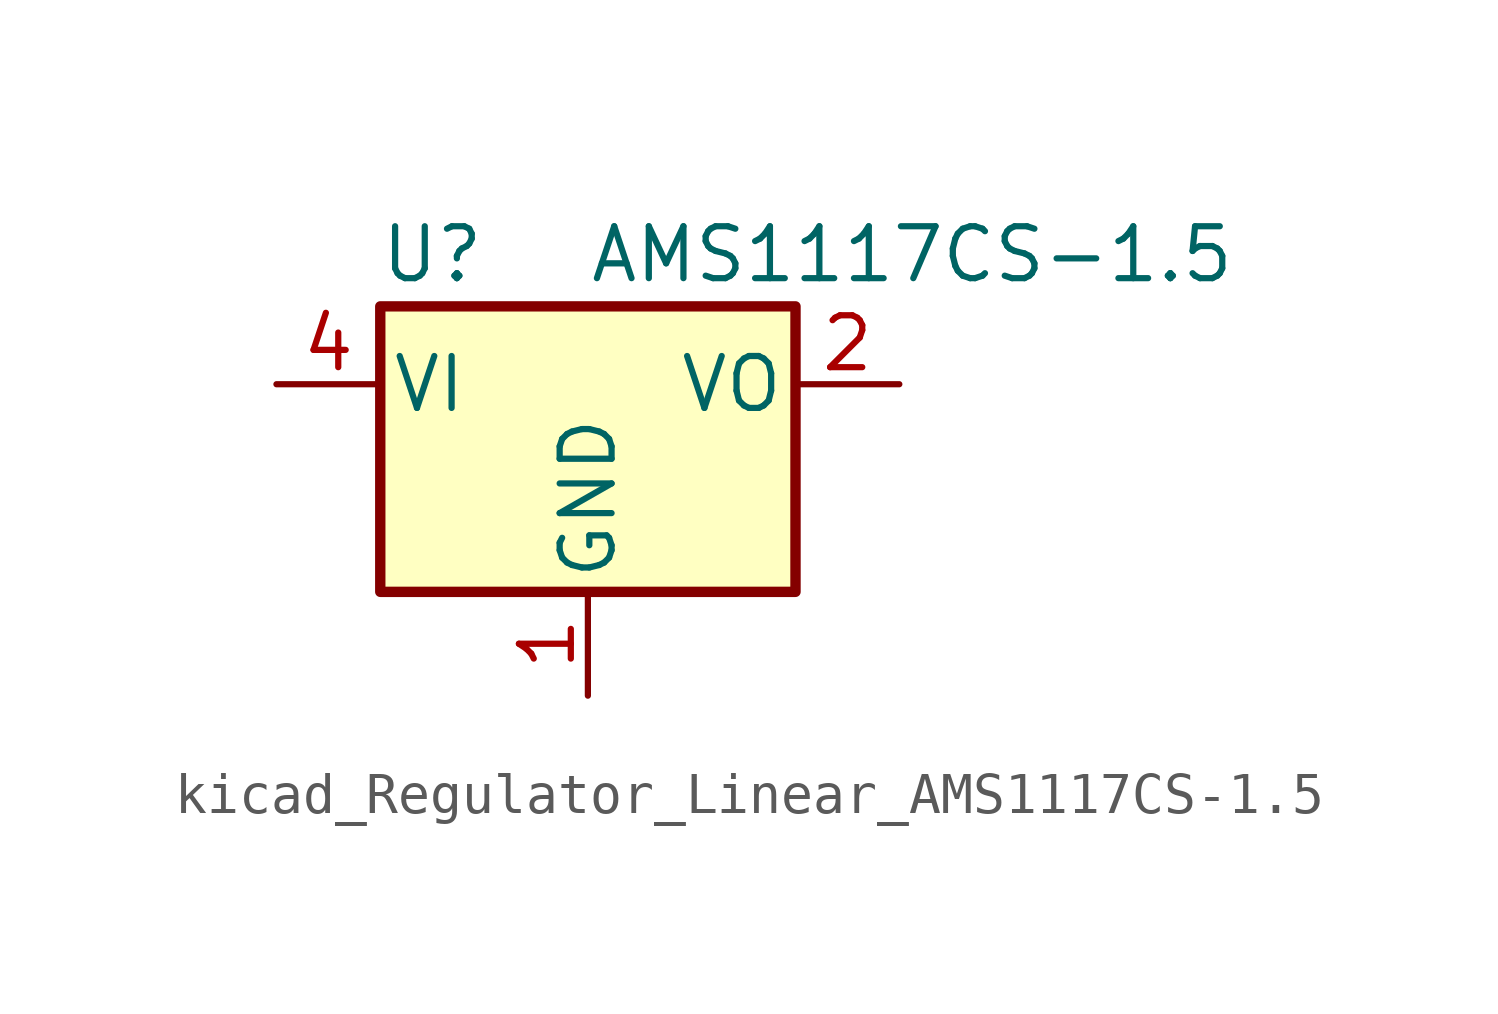
<source format=kicad_sym>
(kicad_symbol_lib
  (version 20220914)
  (generator kicad_symbol_editor)
  (symbol "kicad_Regulator_Linear_AMS1117CS-1.5"
    (pin_names
      (offset 0.254))
    (property "Reference" "U"
      (at -3.81 3.175 0)
      (effects (font (size 1.27 1.27))))
    (property "Value" "AMS1117CS-1.5"
      (at 0 3.175 0)
      (effects (font (size 1.27 1.27)) (justify left)))
    (symbol "kicad_Regulator_Linear_AMS1117CS-1.5_0_1"
      (rectangle (start -5.08 -5.08) (end 5.08 1.905) (stroke (width 0.254) (type default)) (fill (type background))))
    (symbol "kicad_Regulator_Linear_AMS1117CS-1.5_1_1"
      (pin power_in line (at 0 -7.62 90) (length 2.54) (name "GND" (effects (font (size 1.27 1.27)))) (number "1" (effects (font (size 1.27 1.27)))))
      (pin power_out line (at 7.62 0 180) (length 2.54) (name "VO" (effects (font (size 1.27 1.27)))) (number "2" (effects (font (size 1.27 1.27)))))
      (pin passive line (at 7.62 0 180) (length 2.54) hide (name "VO" (effects (font (size 1.27 1.27)))) (number "3" (effects (font (size 1.27 1.27)))))
      (pin power_in line (at -7.62 0 0) (length 2.54) (name "VI" (effects (font (size 1.27 1.27)))) (number "4" (effects (font (size 1.27 1.27)))))
      (pin no_connect line (at -2.54 -2.54 180) (length 2.54) hide (name "NC" (effects (font (size 1.27 1.27)))) (number "5" (effects (font (size 1.27 1.27)))))
      (pin passive line (at 7.62 0 180) (length 2.54) hide (name "VO" (effects (font (size 1.27 1.27)))) (number "6" (effects (font (size 1.27 1.27)))))
      (pin passive line (at 7.62 0 180) (length 2.54) hide (name "VO" (effects (font (size 1.27 1.27)))) (number "7" (effects (font (size 1.27 1.27)))))
      (pin no_connect line (at 2.54 -2.54 0) (length 2.54) hide (name "NC" (effects (font (size 1.27 1.27)))) (number "8" (effects (font (size 1.27 1.27))))))))
</source>
